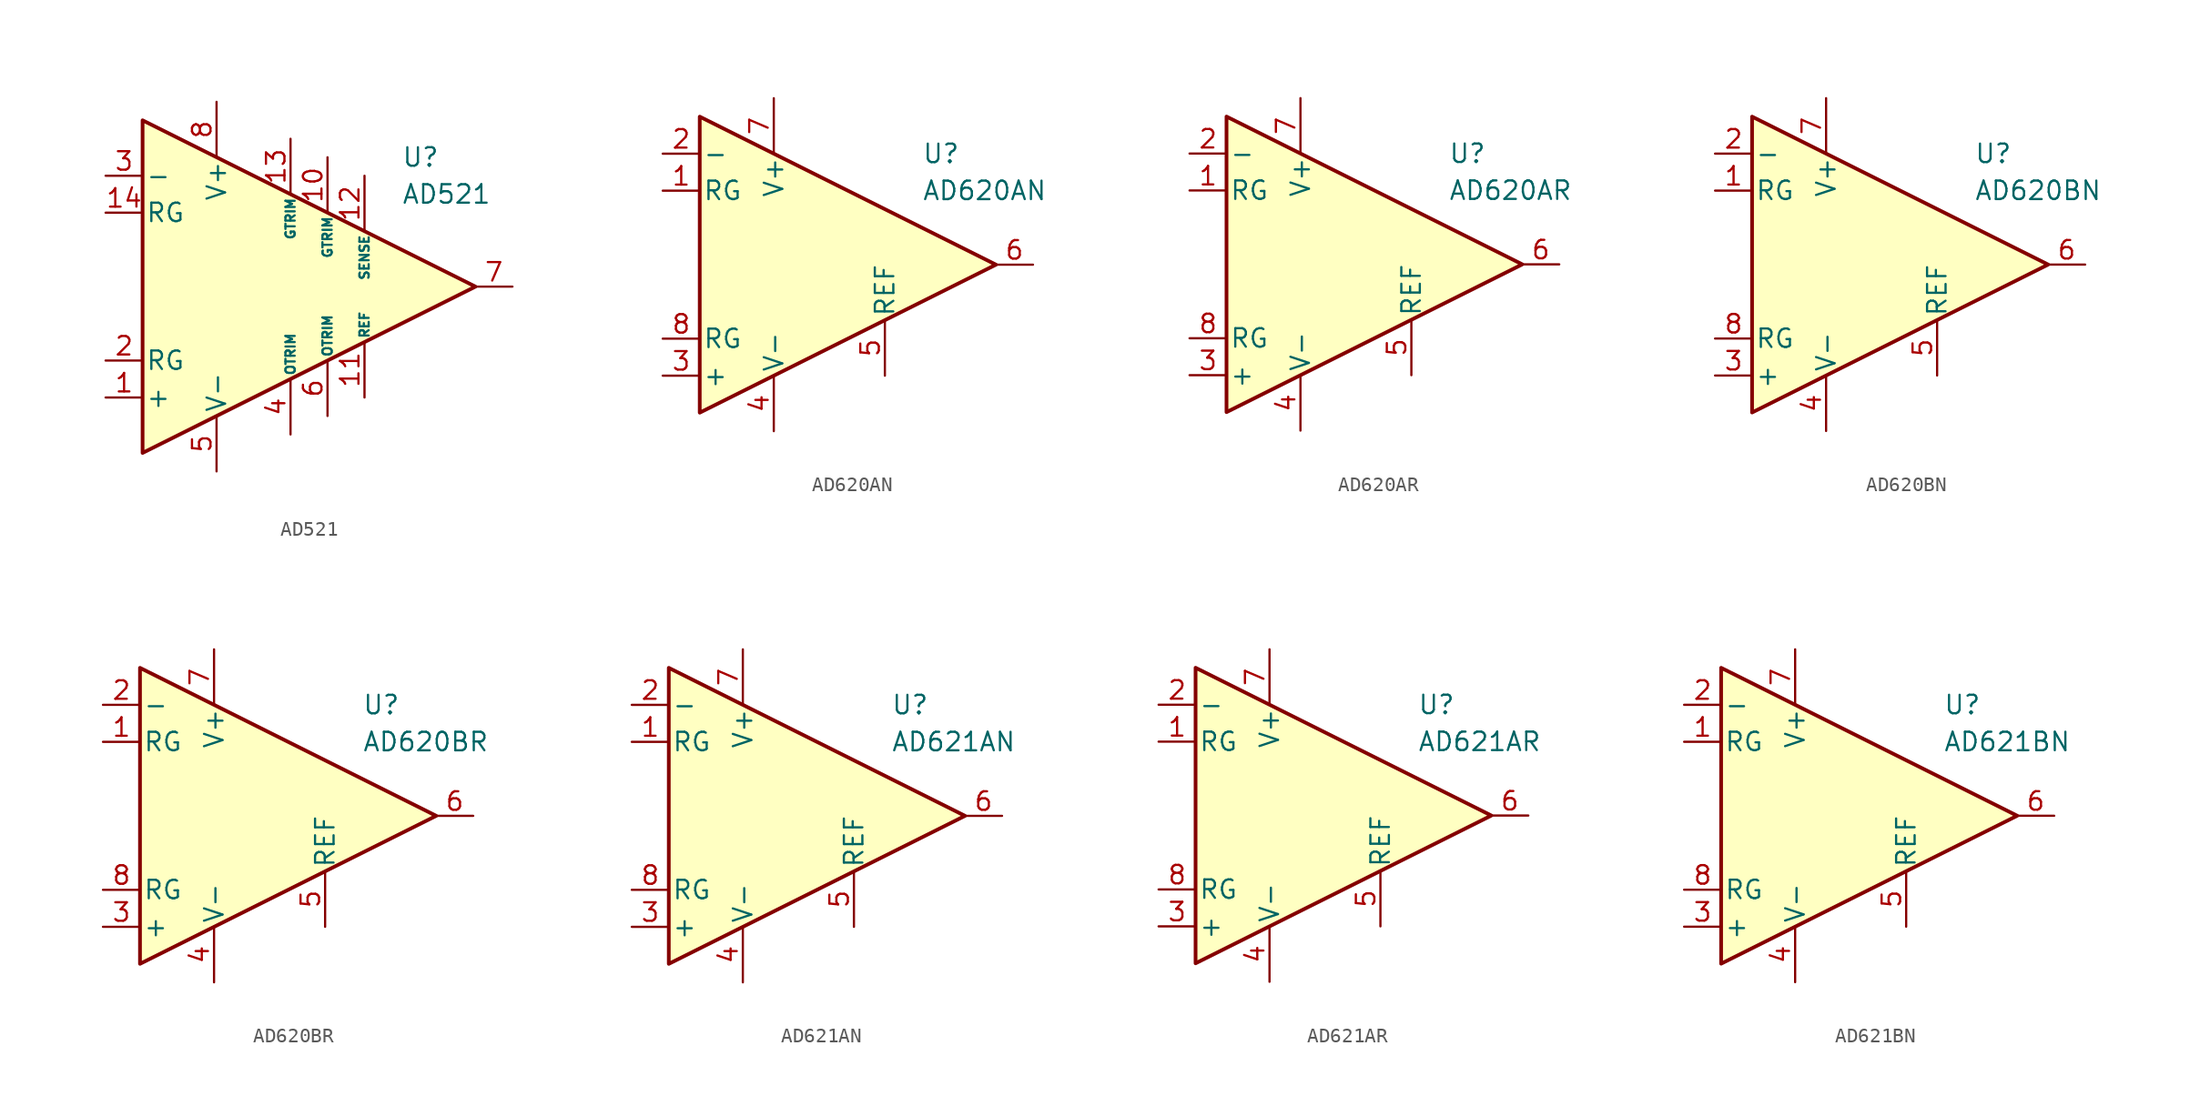
<source format=kicad_sym>
(kicad_symbol_lib
  (version 20231120)
  (generator "kicad_symbol_editor")
  (generator_version "8.0")
  (symbol "AD521"
    (pin_names
      (offset 0.2))
    (property "Reference" "U"
      (at 8.89 8.89 0)
      (effects (font (size 1.27 1.27)) (justify left)))
    (property "Value" "AD521"
      (at 8.89 6.35 0)
      (effects (font (size 1.27 1.27)) (justify left)))
    (symbol "AD521_0_1"
      (polyline (pts (xy -8.89 11.43) (xy -8.89 -11.43) (xy 13.97 0) (xy -8.89 11.43)) (stroke (width 0.254) (type default)) (fill (type background))))
    (symbol "AD521_1_1"
      (pin input line (at -11.43 -7.62 0) (length 2.54) (name "+" (effects (font (size 1.27 1.27)))) (number "1" (effects (font (size 1.27 1.27)))))
      (pin passive line (at 3.81 8.89 270) (length 3.81) (name "GTRIM" (effects (font (size 0.635 0.635)))) (number "10" (effects (font (size 1.27 1.27)))))
      (pin input line (at 6.35 -7.62 90) (length 3.81) (name "REF" (effects (font (size 0.635 0.635)))) (number "11" (effects (font (size 1.27 1.27)))))
      (pin input line (at 6.35 7.62 270) (length 3.81) (name "SENSE" (effects (font (size 0.635 0.635)))) (number "12" (effects (font (size 1.27 1.27)))))
      (pin passive line (at 1.27 10.16 270) (length 3.81) (name "GTRIM" (effects (font (size 0.635 0.635)))) (number "13" (effects (font (size 1.27 1.27)))))
      (pin passive line (at -11.43 5.08 0) (length 2.54) (name "RG" (effects (font (size 1.27 1.27)))) (number "14" (effects (font (size 1.27 1.27)))))
      (pin passive line (at -11.43 -5.08 0) (length 2.54) (name "RG" (effects (font (size 1.27 1.27)))) (number "2" (effects (font (size 1.27 1.27)))))
      (pin input line (at -11.43 7.62 0) (length 2.54) (name "-" (effects (font (size 1.27 1.27)))) (number "3" (effects (font (size 1.27 1.27)))))
      (pin passive line (at 1.27 -10.16 90) (length 3.81) (name "OTRIM" (effects (font (size 0.635 0.635)))) (number "4" (effects (font (size 1.27 1.27)))))
      (pin power_in line (at -3.81 -12.7 90) (length 3.81) (name "V-" (effects (font (size 1.27 1.27)))) (number "5" (effects (font (size 1.27 1.27)))))
      (pin passive line (at 3.81 -8.89 90) (length 3.81) (name "OTRIM" (effects (font (size 0.635 0.635)))) (number "6" (effects (font (size 1.27 1.27)))))
      (pin output line (at 16.51 0 180) (length 2.54) (name "~" (effects (font (size 1.27 1.27)))) (number "7" (effects (font (size 1.27 1.27)))))
      (pin power_in line (at -3.81 12.7 270) (length 3.81) (name "V+" (effects (font (size 1.27 1.27)))) (number "8" (effects (font (size 1.27 1.27)))))))
  (symbol "AD620AN"
    (pin_names
      (offset 0.2))
    (property "Reference" "U"
      (at 6.35 7.62 0)
      (effects (font (size 1.27 1.27)) (justify left)))
    (property "Value" "AD620AN"
      (at 6.35 5.08 0)
      (effects (font (size 1.27 1.27)) (justify left)))
    (symbol "AD620AN_0_1"
      (polyline (pts (xy -8.89 10.16) (xy -8.89 -10.16) (xy 11.43 0) (xy -8.89 10.16)) (stroke (width 0.254) (type default)) (fill (type background))))
    (symbol "AD620AN_1_1"
      (pin passive line (at -11.43 5.08 0) (length 2.54) (name "RG" (effects (font (size 1.27 1.27)))) (number "1" (effects (font (size 1.27 1.27)))))
      (pin input line (at -11.43 7.62 0) (length 2.54) (name "-" (effects (font (size 1.27 1.27)))) (number "2" (effects (font (size 1.27 1.27)))))
      (pin input line (at -11.43 -7.62 0) (length 2.54) (name "+" (effects (font (size 1.27 1.27)))) (number "3" (effects (font (size 1.27 1.27)))))
      (pin power_in line (at -3.81 -11.43 90) (length 3.81) (name "V-" (effects (font (size 1.27 1.27)))) (number "4" (effects (font (size 1.27 1.27)))))
      (pin input line (at 3.81 -7.62 90) (length 3.81) (name "REF" (effects (font (size 1.27 1.27)))) (number "5" (effects (font (size 1.27 1.27)))))
      (pin output line (at 13.97 0 180) (length 2.54) (name "~" (effects (font (size 1.27 1.27)))) (number "6" (effects (font (size 1.27 1.27)))))
      (pin power_in line (at -3.81 11.43 270) (length 3.81) (name "V+" (effects (font (size 1.27 1.27)))) (number "7" (effects (font (size 1.27 1.27)))))
      (pin passive line (at -11.43 -5.08 0) (length 2.54) (name "RG" (effects (font (size 1.27 1.27)))) (number "8" (effects (font (size 1.27 1.27)))))))
  (symbol "AD620AR"
    (pin_names
      (offset 0.2))
    (property "Reference" "U"
      (at 6.35 7.62 0)
      (effects (font (size 1.27 1.27)) (justify left)))
    (property "Value" "AD620AR"
      (at 6.35 5.08 0)
      (effects (font (size 1.27 1.27)) (justify left)))
    (symbol "AD620AR_0_1"
      (polyline (pts (xy -8.89 10.16) (xy -8.89 -10.16) (xy 11.43 0) (xy -8.89 10.16)) (stroke (width 0.254) (type default)) (fill (type background))))
    (symbol "AD620AR_1_1"
      (pin passive line (at -11.43 5.08 0) (length 2.54) (name "RG" (effects (font (size 1.27 1.27)))) (number "1" (effects (font (size 1.27 1.27)))))
      (pin input line (at -11.43 7.62 0) (length 2.54) (name "-" (effects (font (size 1.27 1.27)))) (number "2" (effects (font (size 1.27 1.27)))))
      (pin input line (at -11.43 -7.62 0) (length 2.54) (name "+" (effects (font (size 1.27 1.27)))) (number "3" (effects (font (size 1.27 1.27)))))
      (pin power_in line (at -3.81 -11.43 90) (length 3.81) (name "V-" (effects (font (size 1.27 1.27)))) (number "4" (effects (font (size 1.27 1.27)))))
      (pin input line (at 3.81 -7.62 90) (length 3.81) (name "REF" (effects (font (size 1.27 1.27)))) (number "5" (effects (font (size 1.27 1.27)))))
      (pin output line (at 13.97 0 180) (length 2.54) (name "~" (effects (font (size 1.27 1.27)))) (number "6" (effects (font (size 1.27 1.27)))))
      (pin power_in line (at -3.81 11.43 270) (length 3.81) (name "V+" (effects (font (size 1.27 1.27)))) (number "7" (effects (font (size 1.27 1.27)))))
      (pin passive line (at -11.43 -5.08 0) (length 2.54) (name "RG" (effects (font (size 1.27 1.27)))) (number "8" (effects (font (size 1.27 1.27)))))))
  (symbol "AD620BN"
    (pin_names
      (offset 0.2))
    (property "Reference" "U"
      (at 6.35 7.62 0)
      (effects (font (size 1.27 1.27)) (justify left)))
    (property "Value" "AD620BN"
      (at 6.35 5.08 0)
      (effects (font (size 1.27 1.27)) (justify left)))
    (symbol "AD620BN_0_1"
      (polyline (pts (xy -8.89 10.16) (xy -8.89 -10.16) (xy 11.43 0) (xy -8.89 10.16)) (stroke (width 0.254) (type default)) (fill (type background))))
    (symbol "AD620BN_1_1"
      (pin passive line (at -11.43 5.08 0) (length 2.54) (name "RG" (effects (font (size 1.27 1.27)))) (number "1" (effects (font (size 1.27 1.27)))))
      (pin input line (at -11.43 7.62 0) (length 2.54) (name "-" (effects (font (size 1.27 1.27)))) (number "2" (effects (font (size 1.27 1.27)))))
      (pin input line (at -11.43 -7.62 0) (length 2.54) (name "+" (effects (font (size 1.27 1.27)))) (number "3" (effects (font (size 1.27 1.27)))))
      (pin power_in line (at -3.81 -11.43 90) (length 3.81) (name "V-" (effects (font (size 1.27 1.27)))) (number "4" (effects (font (size 1.27 1.27)))))
      (pin input line (at 3.81 -7.62 90) (length 3.81) (name "REF" (effects (font (size 1.27 1.27)))) (number "5" (effects (font (size 1.27 1.27)))))
      (pin output line (at 13.97 0 180) (length 2.54) (name "~" (effects (font (size 1.27 1.27)))) (number "6" (effects (font (size 1.27 1.27)))))
      (pin power_in line (at -3.81 11.43 270) (length 3.81) (name "V+" (effects (font (size 1.27 1.27)))) (number "7" (effects (font (size 1.27 1.27)))))
      (pin passive line (at -11.43 -5.08 0) (length 2.54) (name "RG" (effects (font (size 1.27 1.27)))) (number "8" (effects (font (size 1.27 1.27)))))))
  (symbol "AD620BR"
    (pin_names
      (offset 0.2))
    (property "Reference" "U"
      (at 6.35 7.62 0)
      (effects (font (size 1.27 1.27)) (justify left)))
    (property "Value" "AD620BR"
      (at 6.35 5.08 0)
      (effects (font (size 1.27 1.27)) (justify left)))
    (symbol "AD620BR_0_1"
      (polyline (pts (xy -8.89 10.16) (xy -8.89 -10.16) (xy 11.43 0) (xy -8.89 10.16)) (stroke (width 0.254) (type default)) (fill (type background))))
    (symbol "AD620BR_1_1"
      (pin passive line (at -11.43 5.08 0) (length 2.54) (name "RG" (effects (font (size 1.27 1.27)))) (number "1" (effects (font (size 1.27 1.27)))))
      (pin input line (at -11.43 7.62 0) (length 2.54) (name "-" (effects (font (size 1.27 1.27)))) (number "2" (effects (font (size 1.27 1.27)))))
      (pin input line (at -11.43 -7.62 0) (length 2.54) (name "+" (effects (font (size 1.27 1.27)))) (number "3" (effects (font (size 1.27 1.27)))))
      (pin power_in line (at -3.81 -11.43 90) (length 3.81) (name "V-" (effects (font (size 1.27 1.27)))) (number "4" (effects (font (size 1.27 1.27)))))
      (pin input line (at 3.81 -7.62 90) (length 3.81) (name "REF" (effects (font (size 1.27 1.27)))) (number "5" (effects (font (size 1.27 1.27)))))
      (pin output line (at 13.97 0 180) (length 2.54) (name "~" (effects (font (size 1.27 1.27)))) (number "6" (effects (font (size 1.27 1.27)))))
      (pin power_in line (at -3.81 11.43 270) (length 3.81) (name "V+" (effects (font (size 1.27 1.27)))) (number "7" (effects (font (size 1.27 1.27)))))
      (pin passive line (at -11.43 -5.08 0) (length 2.54) (name "RG" (effects (font (size 1.27 1.27)))) (number "8" (effects (font (size 1.27 1.27)))))))
  (symbol "AD621AN"
    (pin_names
      (offset 0.2))
    (property "Reference" "U"
      (at 6.35 7.62 0)
      (effects (font (size 1.27 1.27)) (justify left)))
    (property "Value" "AD621AN"
      (at 6.35 5.08 0)
      (effects (font (size 1.27 1.27)) (justify left)))
    (symbol "AD621AN_0_1"
      (polyline (pts (xy -8.89 10.16) (xy -8.89 -10.16) (xy 11.43 0) (xy -8.89 10.16)) (stroke (width 0.254) (type default)) (fill (type background))))
    (symbol "AD621AN_1_1"
      (pin passive line (at -11.43 5.08 0) (length 2.54) (name "RG" (effects (font (size 1.27 1.27)))) (number "1" (effects (font (size 1.27 1.27)))))
      (pin input line (at -11.43 7.62 0) (length 2.54) (name "-" (effects (font (size 1.27 1.27)))) (number "2" (effects (font (size 1.27 1.27)))))
      (pin input line (at -11.43 -7.62 0) (length 2.54) (name "+" (effects (font (size 1.27 1.27)))) (number "3" (effects (font (size 1.27 1.27)))))
      (pin power_in line (at -3.81 -11.43 90) (length 3.81) (name "V-" (effects (font (size 1.27 1.27)))) (number "4" (effects (font (size 1.27 1.27)))))
      (pin input line (at 3.81 -7.62 90) (length 3.81) (name "REF" (effects (font (size 1.27 1.27)))) (number "5" (effects (font (size 1.27 1.27)))))
      (pin output line (at 13.97 0 180) (length 2.54) (name "~" (effects (font (size 1.27 1.27)))) (number "6" (effects (font (size 1.27 1.27)))))
      (pin power_in line (at -3.81 11.43 270) (length 3.81) (name "V+" (effects (font (size 1.27 1.27)))) (number "7" (effects (font (size 1.27 1.27)))))
      (pin passive line (at -11.43 -5.08 0) (length 2.54) (name "RG" (effects (font (size 1.27 1.27)))) (number "8" (effects (font (size 1.27 1.27)))))))
  (symbol "AD621AR"
    (pin_names
      (offset 0.2))
    (property "Reference" "U"
      (at 6.35 7.62 0)
      (effects (font (size 1.27 1.27)) (justify left)))
    (property "Value" "AD621AR"
      (at 6.35 5.08 0)
      (effects (font (size 1.27 1.27)) (justify left)))
    (symbol "AD621AR_0_1"
      (polyline (pts (xy -8.89 10.16) (xy -8.89 -10.16) (xy 11.43 0) (xy -8.89 10.16)) (stroke (width 0.254) (type default)) (fill (type background))))
    (symbol "AD621AR_1_1"
      (pin passive line (at -11.43 5.08 0) (length 2.54) (name "RG" (effects (font (size 1.27 1.27)))) (number "1" (effects (font (size 1.27 1.27)))))
      (pin input line (at -11.43 7.62 0) (length 2.54) (name "-" (effects (font (size 1.27 1.27)))) (number "2" (effects (font (size 1.27 1.27)))))
      (pin input line (at -11.43 -7.62 0) (length 2.54) (name "+" (effects (font (size 1.27 1.27)))) (number "3" (effects (font (size 1.27 1.27)))))
      (pin power_in line (at -3.81 -11.43 90) (length 3.81) (name "V-" (effects (font (size 1.27 1.27)))) (number "4" (effects (font (size 1.27 1.27)))))
      (pin input line (at 3.81 -7.62 90) (length 3.81) (name "REF" (effects (font (size 1.27 1.27)))) (number "5" (effects (font (size 1.27 1.27)))))
      (pin output line (at 13.97 0 180) (length 2.54) (name "~" (effects (font (size 1.27 1.27)))) (number "6" (effects (font (size 1.27 1.27)))))
      (pin power_in line (at -3.81 11.43 270) (length 3.81) (name "V+" (effects (font (size 1.27 1.27)))) (number "7" (effects (font (size 1.27 1.27)))))
      (pin passive line (at -11.43 -5.08 0) (length 2.54) (name "RG" (effects (font (size 1.27 1.27)))) (number "8" (effects (font (size 1.27 1.27)))))))
  (symbol "AD621BN"
    (pin_names
      (offset 0.2))
    (property "Reference" "U"
      (at 6.35 7.62 0)
      (effects (font (size 1.27 1.27)) (justify left)))
    (property "Value" "AD621BN"
      (at 6.35 5.08 0)
      (effects (font (size 1.27 1.27)) (justify left)))
    (symbol "AD621BN_0_1"
      (polyline (pts (xy -8.89 10.16) (xy -8.89 -10.16) (xy 11.43 0) (xy -8.89 10.16)) (stroke (width 0.254) (type default)) (fill (type background))))
    (symbol "AD621BN_1_1"
      (pin passive line (at -11.43 5.08 0) (length 2.54) (name "RG" (effects (font (size 1.27 1.27)))) (number "1" (effects (font (size 1.27 1.27)))))
      (pin input line (at -11.43 7.62 0) (length 2.54) (name "-" (effects (font (size 1.27 1.27)))) (number "2" (effects (font (size 1.27 1.27)))))
      (pin input line (at -11.43 -7.62 0) (length 2.54) (name "+" (effects (font (size 1.27 1.27)))) (number "3" (effects (font (size 1.27 1.27)))))
      (pin power_in line (at -3.81 -11.43 90) (length 3.81) (name "V-" (effects (font (size 1.27 1.27)))) (number "4" (effects (font (size 1.27 1.27)))))
      (pin input line (at 3.81 -7.62 90) (length 3.81) (name "REF" (effects (font (size 1.27 1.27)))) (number "5" (effects (font (size 1.27 1.27)))))
      (pin output line (at 13.97 0 180) (length 2.54) (name "~" (effects (font (size 1.27 1.27)))) (number "6" (effects (font (size 1.27 1.27)))))
      (pin power_in line (at -3.81 11.43 270) (length 3.81) (name "V+" (effects (font (size 1.27 1.27)))) (number "7" (effects (font (size 1.27 1.27)))))
      (pin passive line (at -11.43 -5.08 0) (length 2.54) (name "RG" (effects (font (size 1.27 1.27)))) (number "8" (effects (font (size 1.27 1.27))))))))
</source>
